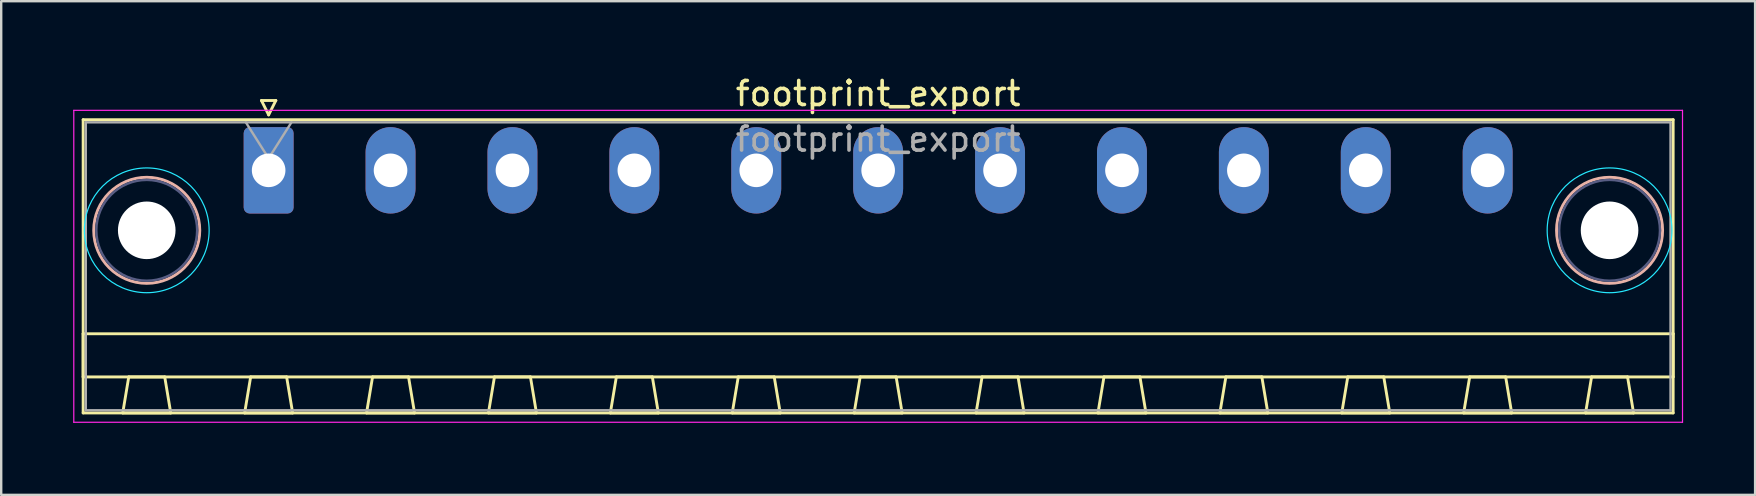
<source format=kicad_pcb>
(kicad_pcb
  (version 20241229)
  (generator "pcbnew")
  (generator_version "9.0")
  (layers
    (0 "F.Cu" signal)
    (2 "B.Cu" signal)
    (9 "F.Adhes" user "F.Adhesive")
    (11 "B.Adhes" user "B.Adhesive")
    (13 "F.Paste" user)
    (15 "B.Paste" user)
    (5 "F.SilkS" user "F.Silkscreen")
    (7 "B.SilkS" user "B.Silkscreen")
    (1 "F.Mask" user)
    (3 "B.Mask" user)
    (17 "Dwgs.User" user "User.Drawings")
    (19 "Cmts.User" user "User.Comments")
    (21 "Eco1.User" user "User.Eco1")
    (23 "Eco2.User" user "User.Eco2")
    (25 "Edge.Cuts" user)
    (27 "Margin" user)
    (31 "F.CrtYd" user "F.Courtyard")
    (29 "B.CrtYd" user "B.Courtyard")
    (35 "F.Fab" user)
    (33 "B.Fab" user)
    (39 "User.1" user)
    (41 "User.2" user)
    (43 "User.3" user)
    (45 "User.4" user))
  (footprint "footprint_export"
    (layer "F.Cu")
    (at 8.145 4.048)
    (property "Reference" "footprint_export" (at 25.4 -3.2 0) (layer "F.SilkS") (effects (font (size 1 1) (thickness 0.15))))
    (attr through_hole)
    (fp_line (start -7.73 -2.11) (end -7.73 10.11) (stroke (width 0.12) (type solid)) (layer "F.SilkS"))
    (fp_line (start -7.73 6.81) (end 58.53 6.81) (stroke (width 0.12) (type solid)) (layer "F.SilkS"))
    (fp_line (start -7.73 8.61) (end -7.73 6.81) (stroke (width 0.12) (type solid)) (layer "F.SilkS"))
    (fp_line (start -7.73 10.11) (end 58.53 10.11) (stroke (width 0.12) (type solid)) (layer "F.SilkS"))
    (fp_line (start -6.08 10.11) (end -4.08 10.11) (stroke (width 0.12) (type solid)) (layer "F.SilkS"))
    (fp_line (start -5.83 8.61) (end -6.08 10.11) (stroke (width 0.12) (type solid)) (layer "F.SilkS"))
    (fp_line (start -4.33 8.61) (end -5.83 8.61) (stroke (width 0.12) (type solid)) (layer "F.SilkS"))
    (fp_line (start -4.08 10.11) (end -4.33 8.61) (stroke (width 0.12) (type solid)) (layer "F.SilkS"))
    (fp_line (start -1 10.11) (end 1 10.11) (stroke (width 0.12) (type solid)) (layer "F.SilkS"))
    (fp_line (start -0.75 8.61) (end -1 10.11) (stroke (width 0.12) (type solid)) (layer "F.SilkS"))
    (fp_line (start -0.3 -2.91) (end 0.3 -2.91) (stroke (width 0.12) (type solid)) (layer "F.SilkS"))
    (fp_line (start 0 -2.31) (end -0.3 -2.91) (stroke (width 0.12) (type solid)) (layer "F.SilkS"))
    (fp_line (start 0.3 -2.91) (end 0 -2.31) (stroke (width 0.12) (type solid)) (layer "F.SilkS"))
    (fp_line (start 0.75 8.61) (end -0.75 8.61) (stroke (width 0.12) (type solid)) (layer "F.SilkS"))
    (fp_line (start 1 10.11) (end 0.75 8.61) (stroke (width 0.12) (type solid)) (layer "F.SilkS"))
    (fp_line (start 4.08 10.11) (end 6.08 10.11) (stroke (width 0.12) (type solid)) (layer "F.SilkS"))
    (fp_line (start 4.33 8.61) (end 4.08 10.11) (stroke (width 0.12) (type solid)) (layer "F.SilkS"))
    (fp_line (start 5.83 8.61) (end 4.33 8.61) (stroke (width 0.12) (type solid)) (layer "F.SilkS"))
    (fp_line (start 6.08 10.11) (end 5.83 8.61) (stroke (width 0.12) (type solid)) (layer "F.SilkS"))
    (fp_line (start 9.16 10.11) (end 11.16 10.11) (stroke (width 0.12) (type solid)) (layer "F.SilkS"))
    (fp_line (start 9.41 8.61) (end 9.16 10.11) (stroke (width 0.12) (type solid)) (layer "F.SilkS"))
    (fp_line (start 10.91 8.61) (end 9.41 8.61) (stroke (width 0.12) (type solid)) (layer "F.SilkS"))
    (fp_line (start 11.16 10.11) (end 10.91 8.61) (stroke (width 0.12) (type solid)) (layer "F.SilkS"))
    (fp_line (start 14.24 10.11) (end 16.24 10.11) (stroke (width 0.12) (type solid)) (layer "F.SilkS"))
    (fp_line (start 14.49 8.61) (end 14.24 10.11) (stroke (width 0.12) (type solid)) (layer "F.SilkS"))
    (fp_line (start 15.99 8.61) (end 14.49 8.61) (stroke (width 0.12) (type solid)) (layer "F.SilkS"))
    (fp_line (start 16.24 10.11) (end 15.99 8.61) (stroke (width 0.12) (type solid)) (layer "F.SilkS"))
    (fp_line (start 19.32 10.11) (end 21.32 10.11) (stroke (width 0.12) (type solid)) (layer "F.SilkS"))
    (fp_line (start 19.57 8.61) (end 19.32 10.11) (stroke (width 0.12) (type solid)) (layer "F.SilkS"))
    (fp_line (start 21.07 8.61) (end 19.57 8.61) (stroke (width 0.12) (type solid)) (layer "F.SilkS"))
    (fp_line (start 21.32 10.11) (end 21.07 8.61) (stroke (width 0.12) (type solid)) (layer "F.SilkS"))
    (fp_line (start 24.4 10.11) (end 26.4 10.11) (stroke (width 0.12) (type solid)) (layer "F.SilkS"))
    (fp_line (start 24.65 8.61) (end 24.4 10.11) (stroke (width 0.12) (type solid)) (layer "F.SilkS"))
    (fp_line (start 26.15 8.61) (end 24.65 8.61) (stroke (width 0.12) (type solid)) (layer "F.SilkS"))
    (fp_line (start 26.4 10.11) (end 26.15 8.61) (stroke (width 0.12) (type solid)) (layer "F.SilkS"))
    (fp_line (start 29.48 10.11) (end 31.48 10.11) (stroke (width 0.12) (type solid)) (layer "F.SilkS"))
    (fp_line (start 29.73 8.61) (end 29.48 10.11) (stroke (width 0.12) (type solid)) (layer "F.SilkS"))
    (fp_line (start 31.23 8.61) (end 29.73 8.61) (stroke (width 0.12) (type solid)) (layer "F.SilkS"))
    (fp_line (start 31.48 10.11) (end 31.23 8.61) (stroke (width 0.12) (type solid)) (layer "F.SilkS"))
    (fp_line (start 34.56 10.11) (end 36.56 10.11) (stroke (width 0.12) (type solid)) (layer "F.SilkS"))
    (fp_line (start 34.81 8.61) (end 34.56 10.11) (stroke (width 0.12) (type solid)) (layer "F.SilkS"))
    (fp_line (start 36.31 8.61) (end 34.81 8.61) (stroke (width 0.12) (type solid)) (layer "F.SilkS"))
    (fp_line (start 36.56 10.11) (end 36.31 8.61) (stroke (width 0.12) (type solid)) (layer "F.SilkS"))
    (fp_line (start 39.64 10.11) (end 41.64 10.11) (stroke (width 0.12) (type solid)) (layer "F.SilkS"))
    (fp_line (start 39.89 8.61) (end 39.64 10.11) (stroke (width 0.12) (type solid)) (layer "F.SilkS"))
    (fp_line (start 41.39 8.61) (end 39.89 8.61) (stroke (width 0.12) (type solid)) (layer "F.SilkS"))
    (fp_line (start 41.64 10.11) (end 41.39 8.61) (stroke (width 0.12) (type solid)) (layer "F.SilkS"))
    (fp_line (start 44.72 10.11) (end 46.72 10.11) (stroke (width 0.12) (type solid)) (layer "F.SilkS"))
    (fp_line (start 44.97 8.61) (end 44.72 10.11) (stroke (width 0.12) (type solid)) (layer "F.SilkS"))
    (fp_line (start 46.47 8.61) (end 44.97 8.61) (stroke (width 0.12) (type solid)) (layer "F.SilkS"))
    (fp_line (start 46.72 10.11) (end 46.47 8.61) (stroke (width 0.12) (type solid)) (layer "F.SilkS"))
    (fp_line (start 49.8 10.11) (end 51.8 10.11) (stroke (width 0.12) (type solid)) (layer "F.SilkS"))
    (fp_line (start 50.05 8.61) (end 49.8 10.11) (stroke (width 0.12) (type solid)) (layer "F.SilkS"))
    (fp_line (start 51.55 8.61) (end 50.05 8.61) (stroke (width 0.12) (type solid)) (layer "F.SilkS"))
    (fp_line (start 51.8 10.11) (end 51.55 8.61) (stroke (width 0.12) (type solid)) (layer "F.SilkS"))
    (fp_line (start 54.88 10.11) (end 56.88 10.11) (stroke (width 0.12) (type solid)) (layer "F.SilkS"))
    (fp_line (start 55.13 8.61) (end 54.88 10.11) (stroke (width 0.12) (type solid)) (layer "F.SilkS"))
    (fp_line (start 56.63 8.61) (end 55.13 8.61) (stroke (width 0.12) (type solid)) (layer "F.SilkS"))
    (fp_line (start 56.88 10.11) (end 56.63 8.61) (stroke (width 0.12) (type solid)) (layer "F.SilkS"))
    (fp_line (start 58.53 -2.11) (end -7.73 -2.11) (stroke (width 0.12) (type solid)) (layer "F.SilkS"))
    (fp_line (start 58.53 6.81) (end 58.53 8.61) (stroke (width 0.12) (type solid)) (layer "F.SilkS"))
    (fp_line (start 58.53 8.61) (end -7.73 8.61) (stroke (width 0.12) (type solid)) (layer "F.SilkS"))
    (fp_line (start 58.53 10.11) (end 58.53 -2.11) (stroke (width 0.12) (type solid)) (layer "F.SilkS"))
    (fp_circle (center -5.08 2.5) (end -2.87 2.5) (stroke (width 0.12) (type solid)) (fill no) (layer "B.SilkS"))
    (fp_circle (center 55.88 2.5) (end 58.09 2.5) (stroke (width 0.12) (type solid)) (fill no) (layer "B.SilkS"))
    (fp_circle (center -5.08 2.5) (end -2.48 2.5) (stroke (width 0.05) (type solid)) (fill no) (layer "B.CrtYd"))
    (fp_circle (center 55.88 2.5) (end 58.48 2.5) (stroke (width 0.05) (type solid)) (fill no) (layer "B.CrtYd"))
    (fp_line (start -8.12 -2.5) (end -8.12 10.5) (stroke (width 0.05) (type solid)) (layer "F.CrtYd"))
    (fp_line (start -8.12 10.5) (end 58.92 10.5) (stroke (width 0.05) (type solid)) (layer "F.CrtYd"))
    (fp_line (start 58.92 -2.5) (end -8.12 -2.5) (stroke (width 0.05) (type solid)) (layer "F.CrtYd"))
    (fp_line (start 58.92 10.5) (end 58.92 -2.5) (stroke (width 0.05) (type solid)) (layer "F.CrtYd"))
    (fp_circle (center -5.08 2.5) (end -2.98 2.5) (stroke (width 0.1) (type solid)) (fill no) (layer "B.Fab"))
    (fp_circle (center 55.88 2.5) (end 57.98 2.5) (stroke (width 0.1) (type solid)) (fill no) (layer "B.Fab"))
    (fp_line (start -7.62 -2) (end -7.62 10) (stroke (width 0.1) (type solid)) (layer "F.Fab"))
    (fp_line (start -7.62 10) (end 58.42 10) (stroke (width 0.1) (type solid)) (layer "F.Fab"))
    (fp_line (start 0 -0.5) (end -0.95 -2) (stroke (width 0.1) (type solid)) (layer "F.Fab"))
    (fp_line (start 0.95 -2) (end 0 -0.5) (stroke (width 0.1) (type solid)) (layer "F.Fab"))
    (fp_line (start 58.42 -2) (end -7.62 -2) (stroke (width 0.1) (type solid)) (layer "F.Fab"))
    (fp_line (start 58.42 10) (end 58.42 -2) (stroke (width 0.1) (type solid)) (layer "F.Fab"))
    (fp_text user "${REFERENCE}" (at 25.4 -1.3 0) (layer "F.Fab") (effects (font (size 1 1) (thickness 0.15))))
    (pad "" np_thru_hole circle (at -5.08 2.5) (size 2.4 2.4) (drill 2.4) (layers "*.Cu" "*.Mask"))
    (pad "" np_thru_hole circle (at 55.88 2.5) (size 2.4 2.4) (drill 2.4) (layers "*.Cu" "*.Mask"))
    (pad "1" thru_hole roundrect (at 0 0) (size 2.08 3.6) (drill 1.4) (layers "*.Cu" "*.Mask") (roundrect_rratio 0.12))
    (pad "2" thru_hole oval (at 5.08 0) (size 2.08 3.6) (drill 1.4) (layers "*.Cu" "*.Mask"))
    (pad "3" thru_hole oval (at 10.16 0) (size 2.08 3.6) (drill 1.4) (layers "*.Cu" "*.Mask"))
    (pad "4" thru_hole oval (at 15.24 0) (size 2.08 3.6) (drill 1.4) (layers "*.Cu" "*.Mask"))
    (pad "5" thru_hole oval (at 20.32 0) (size 2.08 3.6) (drill 1.4) (layers "*.Cu" "*.Mask"))
    (pad "6" thru_hole oval (at 25.4 0) (size 2.08 3.6) (drill 1.4) (layers "*.Cu" "*.Mask"))
    (pad "7" thru_hole oval (at 30.48 0) (size 2.08 3.6) (drill 1.4) (layers "*.Cu" "*.Mask"))
    (pad "8" thru_hole oval (at 35.56 0) (size 2.08 3.6) (drill 1.4) (layers "*.Cu" "*.Mask"))
    (pad "9" thru_hole oval (at 40.64 0) (size 2.08 3.6) (drill 1.4) (layers "*.Cu" "*.Mask"))
    (pad "10" thru_hole oval (at 45.72 0) (size 2.08 3.6) (drill 1.4) (layers "*.Cu" "*.Mask"))
    (pad "11" thru_hole oval (at 50.8 0) (size 2.08 3.6) (drill 1.4) (layers "*.Cu" "*.Mask")))
  (gr_rect
    (start -3 -3)
    (end 70.09 17.573)
    (stroke (width 0.1) (type default))
    (fill no)
    (layer "Edge.Cuts")))
</source>
